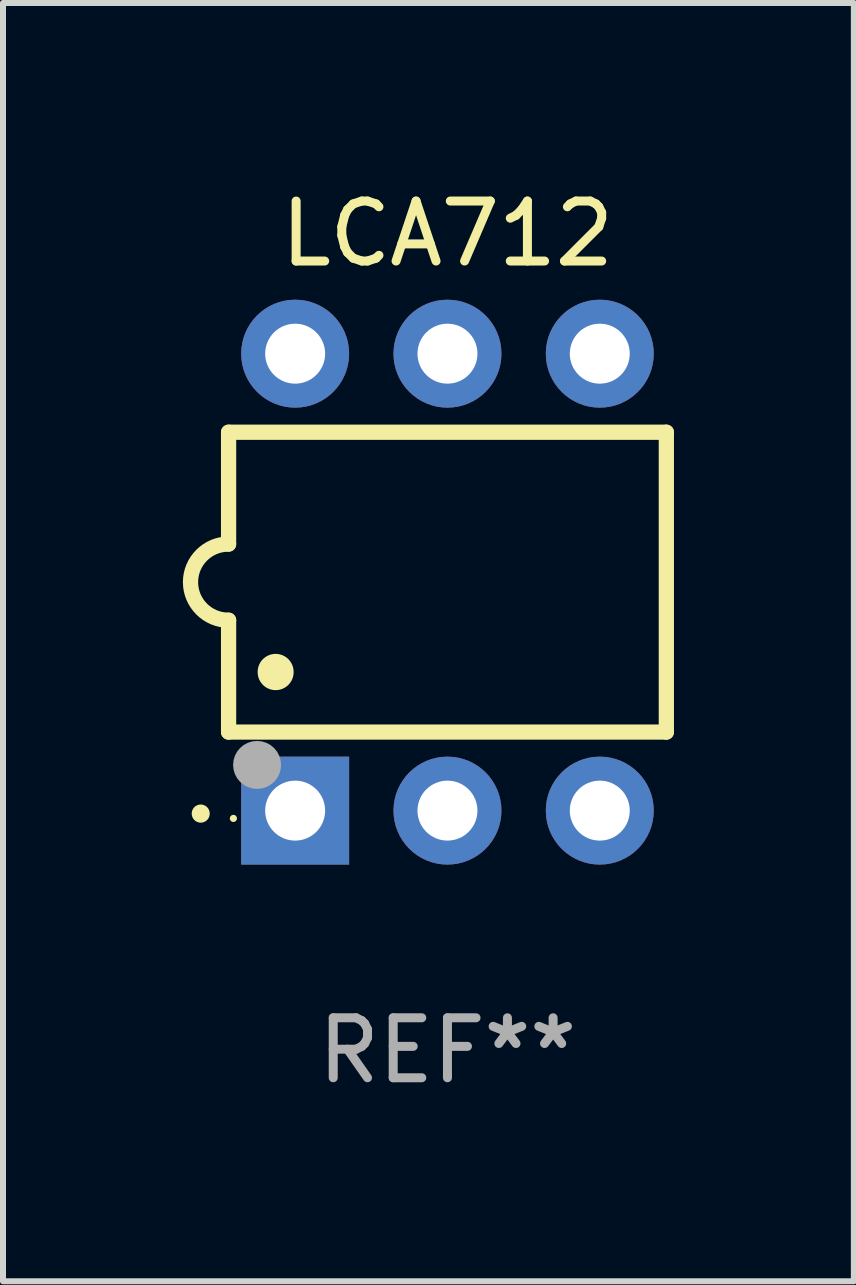
<source format=kicad_pcb>
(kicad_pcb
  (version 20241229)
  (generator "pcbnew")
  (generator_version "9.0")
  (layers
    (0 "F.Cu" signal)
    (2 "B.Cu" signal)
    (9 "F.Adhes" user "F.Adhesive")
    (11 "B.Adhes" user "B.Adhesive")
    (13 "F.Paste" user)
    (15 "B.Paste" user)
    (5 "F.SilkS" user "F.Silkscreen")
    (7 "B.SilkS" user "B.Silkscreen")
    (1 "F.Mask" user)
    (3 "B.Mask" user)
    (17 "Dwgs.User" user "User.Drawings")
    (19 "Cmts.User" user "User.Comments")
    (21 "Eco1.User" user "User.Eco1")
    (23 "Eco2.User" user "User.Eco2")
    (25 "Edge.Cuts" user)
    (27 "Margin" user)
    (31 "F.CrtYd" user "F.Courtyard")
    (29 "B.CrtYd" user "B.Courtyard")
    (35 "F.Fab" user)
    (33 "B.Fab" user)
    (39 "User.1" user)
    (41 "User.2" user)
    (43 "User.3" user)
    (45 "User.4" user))
  (footprint "LCA712"
    (layer "F.Cu")
    (at 4.412 6.658)
    (property "Reference" "LCA712" (at 0 -5.81 0) (layer "F.SilkS") (effects (font (size 1 1) (thickness 0.15))))
    (attr through_hole)
    (fp_line (start -3.65 -2.5) (end 3.65 -2.5) (stroke (width 0.254) (type solid)) (layer "F.SilkS"))
    (fp_line (start -3.65 -0.635) (end -3.65 -2.5) (stroke (width 0.254) (type solid)) (layer "F.SilkS"))
    (fp_line (start -3.65 0.635) (end -3.65 2.5) (stroke (width 0.254) (type solid)) (layer "F.SilkS"))
    (fp_line (start -3.65 2.5) (end 3.65 2.5) (stroke (width 0.254) (type solid)) (layer "F.SilkS"))
    (fp_line (start 3.65 -2.5) (end 3.65 2.5) (stroke (width 0.254) (type solid)) (layer "F.SilkS"))
    (fp_arc (start -4.114808 3.860808) (mid -4.114813 3.859538) (end -4.114808 3.858268) (stroke (width 0.3) (type solid)) (layer "F.SilkS"))
    (fp_arc (start -3.650013 0.635001) (mid -4.285014 0) (end -3.650013 -0.635001) (stroke (width 0.254001) (type solid)) (layer "F.SilkS"))
    (fp_arc (start -2.865405 1.501143) (mid -2.865416 1.498603) (end -2.865405 1.496063) (stroke (width 0.6) (type solid)) (layer "F.SilkS"))
    (fp_circle (center -3.57 3.94) (end -3.54 3.94) (stroke (width 0.06) (type solid)) (fill no) (layer "F.SilkS"))
    (fp_circle (center -3.175 3.048) (end -2.975 3.048) (stroke (width 0.4) (type solid)) (fill no) (layer "F.Fab"))
    (fp_text user "REF**" (at 0 7.81 0) (layer "F.Fab") (effects (font (size 1 1) (thickness 0.15))))
    (pad "1" thru_hole rect (at -2.54 3.81 90) (size 1.8 1.8) (drill 1) (layers "*.Cu" "*.Mask"))
    (pad "2" thru_hole circle (at 0 3.81) (size 1.8 1.8) (drill 1) (layers "*.Cu" "*.Mask"))
    (pad "3" thru_hole circle (at 2.54 3.81) (size 1.8 1.8) (drill 1) (layers "*.Cu" "*.Mask"))
    (pad "4" thru_hole circle (at 2.54 -3.81) (size 1.8 1.8) (drill 1) (layers "*.Cu" "*.Mask"))
    (pad "5" thru_hole circle (at 0 -3.81) (size 1.8 1.8) (drill 1) (layers "*.Cu" "*.Mask"))
    (pad "6" thru_hole circle (at -2.54 -3.81) (size 1.8 1.8) (drill 1) (layers "*.Cu" "*.Mask")))
  (gr_rect
    (start -3 -3)
    (end 11.189 18.317)
    (stroke (width 0.1) (type default))
    (fill no)
    (layer "Edge.Cuts")))
</source>
